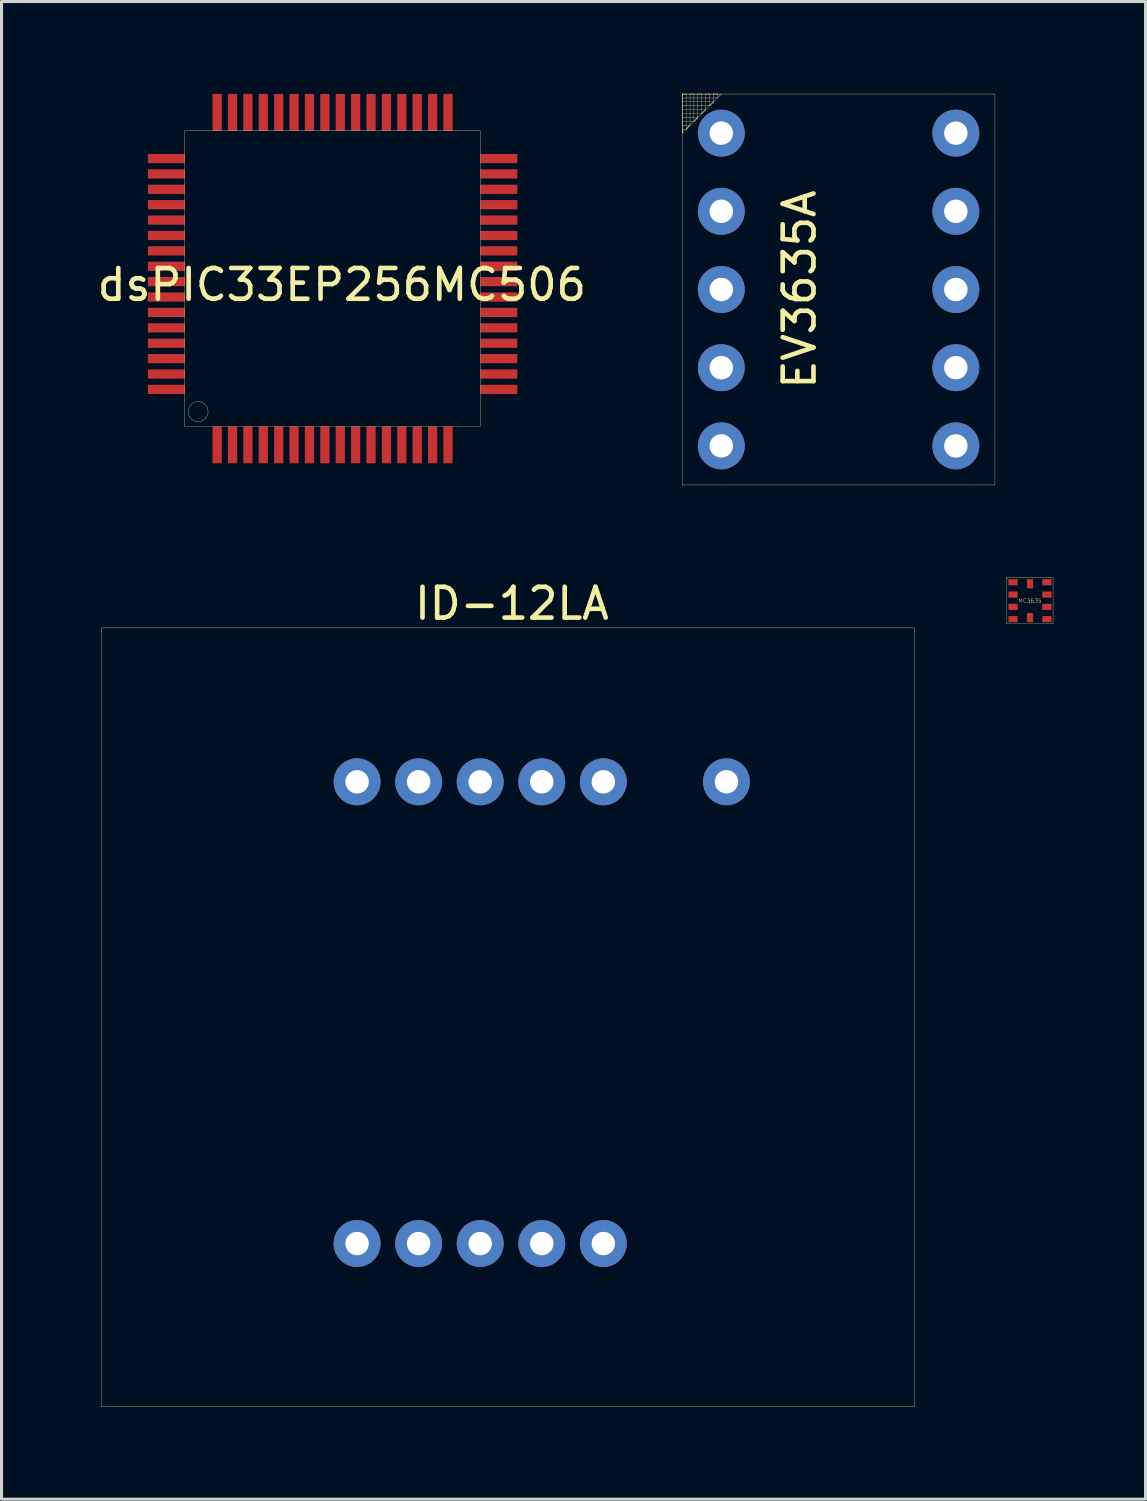
<source format=kicad_pcb>
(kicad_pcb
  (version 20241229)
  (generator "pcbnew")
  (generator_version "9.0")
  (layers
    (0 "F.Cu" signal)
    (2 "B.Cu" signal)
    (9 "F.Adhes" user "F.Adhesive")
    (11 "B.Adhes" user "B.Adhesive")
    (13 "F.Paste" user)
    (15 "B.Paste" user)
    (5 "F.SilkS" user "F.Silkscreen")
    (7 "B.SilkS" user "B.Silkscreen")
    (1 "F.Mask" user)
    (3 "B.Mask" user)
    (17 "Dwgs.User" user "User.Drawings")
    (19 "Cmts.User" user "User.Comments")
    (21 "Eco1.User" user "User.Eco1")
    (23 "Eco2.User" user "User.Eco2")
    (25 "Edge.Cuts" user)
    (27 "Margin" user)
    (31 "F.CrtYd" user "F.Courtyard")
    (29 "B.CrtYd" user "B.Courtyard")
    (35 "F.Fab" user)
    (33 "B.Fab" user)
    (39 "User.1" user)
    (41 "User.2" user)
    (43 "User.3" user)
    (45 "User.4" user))
  (footprint "dsPIC33EP256MC506"
    (layer "F.Cu")
    (at 1.754 12)
    (property "Reference" "dsPIC33EP256MC506" (at 6.3 -5.8 0) (layer "F.SilkS") (effects (font (size 1 1) (thickness 0.15))))
    (attr through_hole)
    (fp_line (start 1.2 -10.8) (end 1.2 -1.2) (stroke (width 0.01) (type solid)) (layer "F.SilkS"))
    (fp_line (start 1.2 -1.2) (end 10.8 -1.2) (stroke (width 0.01) (type solid)) (layer "F.SilkS"))
    (fp_line (start 10.8 -10.8) (end 1.2 -10.8) (stroke (width 0.01) (type solid)) (layer "F.SilkS"))
    (fp_line (start 10.8 -1.2) (end 10.8 -10.8) (stroke (width 0.01) (type solid)) (layer "F.SilkS"))
    (fp_circle (center 1.63 -1.68) (end 1.85 -1.92) (stroke (width 0.01) (type solid)) (fill no) (layer "F.SilkS"))
    (pad "1" smd rect (at 2.25 -0.6) (size 0.3 1.2) (layers "F.Cu" "F.Mask" "F.Paste"))
    (pad "2" smd rect (at 2.75 -0.6) (size 0.3 1.2) (layers "F.Cu" "F.Mask" "F.Paste"))
    (pad "3" smd rect (at 3.25 -0.6) (size 0.3 1.2) (layers "F.Cu" "F.Mask" "F.Paste"))
    (pad "4" smd rect (at 3.75 -0.6) (size 0.3 1.2) (layers "F.Cu" "F.Mask" "F.Paste"))
    (pad "5" smd rect (at 4.25 -0.6) (size 0.3 1.2) (layers "F.Cu" "F.Mask" "F.Paste"))
    (pad "6" smd rect (at 4.75 -0.6) (size 0.3 1.2) (layers "F.Cu" "F.Mask" "F.Paste"))
    (pad "7" smd rect (at 5.25 -0.6) (size 0.3 1.2) (layers "F.Cu" "F.Mask" "F.Paste"))
    (pad "8" smd rect (at 5.75 -0.6) (size 0.3 1.2) (layers "F.Cu" "F.Mask" "F.Paste"))
    (pad "9" smd rect (at 6.25 -0.6) (size 0.3 1.2) (layers "F.Cu" "F.Mask" "F.Paste"))
    (pad "10" smd rect (at 6.75 -0.6) (size 0.3 1.2) (layers "F.Cu" "F.Mask" "F.Paste"))
    (pad "11" smd rect (at 7.25 -0.6) (size 0.3 1.2) (layers "F.Cu" "F.Mask" "F.Paste"))
    (pad "12" smd rect (at 7.75 -0.6) (size 0.3 1.2) (layers "F.Cu" "F.Mask" "F.Paste"))
    (pad "13" smd rect (at 8.25 -0.6) (size 0.3 1.2) (layers "F.Cu" "F.Mask" "F.Paste"))
    (pad "14" smd rect (at 8.75 -0.6) (size 0.3 1.2) (layers "F.Cu" "F.Mask" "F.Paste"))
    (pad "15" smd rect (at 9.25 -0.6) (size 0.3 1.2) (layers "F.Cu" "F.Mask" "F.Paste"))
    (pad "16" smd rect (at 9.75 -0.6) (size 0.3 1.2) (layers "F.Cu" "F.Mask" "F.Paste"))
    (pad "17" smd rect (at 11.4 -2.4) (size 1.2 0.3) (layers "F.Cu" "F.Mask" "F.Paste"))
    (pad "18" smd rect (at 11.4 -2.9) (size 1.2 0.3) (layers "F.Cu" "F.Mask" "F.Paste"))
    (pad "19" smd rect (at 11.4 -3.4) (size 1.2 0.3) (layers "F.Cu" "F.Mask" "F.Paste"))
    (pad "20" smd rect (at 11.4 -3.9) (size 1.2 0.3) (layers "F.Cu" "F.Mask" "F.Paste"))
    (pad "21" smd rect (at 11.4 -4.4) (size 1.2 0.3) (layers "F.Cu" "F.Mask" "F.Paste"))
    (pad "22" smd rect (at 11.4 -4.9) (size 1.2 0.3) (layers "F.Cu" "F.Mask" "F.Paste"))
    (pad "23" smd rect (at 11.4 -5.4) (size 1.2 0.3) (layers "F.Cu" "F.Mask" "F.Paste"))
    (pad "24" smd rect (at 11.4 -5.9) (size 1.2 0.3) (layers "F.Cu" "F.Mask" "F.Paste"))
    (pad "25" smd rect (at 11.4 -6.4) (size 1.2 0.3) (layers "F.Cu" "F.Mask" "F.Paste"))
    (pad "26" smd rect (at 11.4 -6.9) (size 1.2 0.3) (layers "F.Cu" "F.Mask" "F.Paste"))
    (pad "27" smd rect (at 11.4 -7.4) (size 1.2 0.3) (layers "F.Cu" "F.Mask" "F.Paste"))
    (pad "28" smd rect (at 11.4 -7.9) (size 1.2 0.3) (layers "F.Cu" "F.Mask" "F.Paste"))
    (pad "29" smd rect (at 11.4 -8.4) (size 1.2 0.3) (layers "F.Cu" "F.Mask" "F.Paste"))
    (pad "30" smd rect (at 11.4 -8.9) (size 1.2 0.3) (layers "F.Cu" "F.Mask" "F.Paste"))
    (pad "31" smd rect (at 11.4 -9.4) (size 1.2 0.3) (layers "F.Cu" "F.Mask" "F.Paste"))
    (pad "32" smd rect (at 11.4 -9.9) (size 1.2 0.3) (layers "F.Cu" "F.Mask" "F.Paste"))
    (pad "33" smd rect (at 9.75 -11.4) (size 0.3 1.2) (layers "F.Cu" "F.Mask" "F.Paste"))
    (pad "34" smd rect (at 9.25 -11.4) (size 0.3 1.2) (layers "F.Cu" "F.Mask" "F.Paste"))
    (pad "35" smd rect (at 8.75 -11.4) (size 0.3 1.2) (layers "F.Cu" "F.Mask" "F.Paste"))
    (pad "36" smd rect (at 8.25 -11.4) (size 0.3 1.2) (layers "F.Cu" "F.Mask" "F.Paste"))
    (pad "37" smd rect (at 7.75 -11.4) (size 0.3 1.2) (layers "F.Cu" "F.Mask" "F.Paste"))
    (pad "38" smd rect (at 7.25 -11.4) (size 0.3 1.2) (layers "F.Cu" "F.Mask" "F.Paste"))
    (pad "39" smd rect (at 6.75 -11.4) (size 0.3 1.2) (layers "F.Cu" "F.Mask" "F.Paste"))
    (pad "40" smd rect (at 6.25 -11.4) (size 0.3 1.2) (layers "F.Cu" "F.Mask" "F.Paste"))
    (pad "41" smd rect (at 5.75 -11.4) (size 0.3 1.2) (layers "F.Cu" "F.Mask" "F.Paste"))
    (pad "42" smd rect (at 5.25 -11.4) (size 0.3 1.2) (layers "F.Cu" "F.Mask" "F.Paste"))
    (pad "43" smd rect (at 4.75 -11.4) (size 0.3 1.2) (layers "F.Cu" "F.Mask" "F.Paste"))
    (pad "44" smd rect (at 4.25 -11.4) (size 0.3 1.2) (layers "F.Cu" "F.Mask" "F.Paste"))
    (pad "45" smd rect (at 3.75 -11.4) (size 0.3 1.2) (layers "F.Cu" "F.Mask" "F.Paste"))
    (pad "46" smd rect (at 3.25 -11.4) (size 0.3 1.2) (layers "F.Cu" "F.Mask" "F.Paste"))
    (pad "47" smd rect (at 2.75 -11.4) (size 0.3 1.2) (layers "F.Cu" "F.Mask" "F.Paste"))
    (pad "48" smd rect (at 2.25 -11.4) (size 0.3 1.2) (layers "F.Cu" "F.Mask" "F.Paste"))
    (pad "49" smd rect (at 0.6 -9.9) (size 1.2 0.3) (layers "F.Cu" "F.Mask" "F.Paste"))
    (pad "50" smd rect (at 0.6 -9.4) (size 1.2 0.3) (layers "F.Cu" "F.Mask" "F.Paste"))
    (pad "51" smd rect (at 0.6 -8.9) (size 1.2 0.3) (layers "F.Cu" "F.Mask" "F.Paste"))
    (pad "52" smd rect (at 0.6 -8.4) (size 1.2 0.3) (layers "F.Cu" "F.Mask" "F.Paste"))
    (pad "53" smd rect (at 0.6 -7.9) (size 1.2 0.3) (layers "F.Cu" "F.Mask" "F.Paste"))
    (pad "54" smd rect (at 0.6 -7.4) (size 1.2 0.3) (layers "F.Cu" "F.Mask" "F.Paste"))
    (pad "55" smd rect (at 0.6 -6.9) (size 1.2 0.3) (layers "F.Cu" "F.Mask" "F.Paste"))
    (pad "56" smd rect (at 0.6 -6.4) (size 1.2 0.3) (layers "F.Cu" "F.Mask" "F.Paste"))
    (pad "57" smd rect (at 0.6 -5.9) (size 1.2 0.3) (layers "F.Cu" "F.Mask" "F.Paste"))
    (pad "58" smd rect (at 0.6 -5.4) (size 1.2 0.3) (layers "F.Cu" "F.Mask" "F.Paste"))
    (pad "59" smd rect (at 0.6 -4.9) (size 1.2 0.3) (layers "F.Cu" "F.Mask" "F.Paste"))
    (pad "60" smd rect (at 0.6 -4.4) (size 1.2 0.3) (layers "F.Cu" "F.Mask" "F.Paste"))
    (pad "61" smd rect (at 0.6 -3.9) (size 1.2 0.3) (layers "F.Cu" "F.Mask" "F.Paste"))
    (pad "62" smd rect (at 0.6 -3.4) (size 1.2 0.3) (layers "F.Cu" "F.Mask" "F.Paste"))
    (pad "63" smd rect (at 0.6 -2.9) (size 1.2 0.3) (layers "F.Cu" "F.Mask" "F.Paste"))
    (pad "64" smd rect (at 0.6 -2.4) (size 1.2 0.3) (layers "F.Cu" "F.Mask" "F.Paste")))
  (footprint "EV3635A"
    (layer "F.Cu")
    (at 25.462 6.355)
    (property "Reference" "EV3635A" (at -2.54 0 90) (layer "F.SilkS") (effects (font (size 1 1) (thickness 0.15))))
    (attr through_hole)
    (fp_line (start -6.35 -6.35) (end -6.35 6.35) (stroke (width 0.01) (type solid)) (layer "F.SilkS"))
    (fp_line (start -6.35 -6.35) (end -6.223 -6.35) (stroke (width 0.01) (type solid)) (layer "F.SilkS"))
    (fp_line (start -6.35 -6.35) (end -5.08 -6.35) (stroke (width 0.01) (type solid)) (layer "F.SilkS"))
    (fp_line (start -6.35 -6.223) (end -6.35 -6.096) (stroke (width 0.01) (type solid)) (layer "F.SilkS"))
    (fp_line (start -6.35 -6.096) (end -5.334 -6.096) (stroke (width 0.01) (type solid)) (layer "F.SilkS"))
    (fp_line (start -6.35 -5.969) (end -6.35 -5.842) (stroke (width 0.01) (type solid)) (layer "F.SilkS"))
    (fp_line (start -6.35 -5.842) (end -5.588 -5.842) (stroke (width 0.01) (type solid)) (layer "F.SilkS"))
    (fp_line (start -6.35 -5.715) (end -6.35 -5.588) (stroke (width 0.01) (type solid)) (layer "F.SilkS"))
    (fp_line (start -6.35 -5.588) (end -5.842 -5.588) (stroke (width 0.01) (type solid)) (layer "F.SilkS"))
    (fp_line (start -6.35 -5.461) (end -6.35 -5.334) (stroke (width 0.01) (type solid)) (layer "F.SilkS"))
    (fp_line (start -6.35 -5.334) (end -6.096 -5.334) (stroke (width 0.01) (type solid)) (layer "F.SilkS"))
    (fp_line (start -6.35 -5.207) (end -6.35 -5.08) (stroke (width 0.01) (type solid)) (layer "F.SilkS"))
    (fp_line (start -6.35 -5.08) (end -6.35 -6.35) (stroke (width 0.01) (type solid)) (layer "F.SilkS"))
    (fp_line (start -6.35 -5.08) (end -6.35 -6.35) (stroke (width 0.01) (type solid)) (layer "F.SilkS"))
    (fp_line (start -6.35 6.35) (end 3.81 6.35) (stroke (width 0.01) (type solid)) (layer "F.SilkS"))
    (fp_line (start -6.223 -6.35) (end -6.223 -5.207) (stroke (width 0.01) (type solid)) (layer "F.SilkS"))
    (fp_line (start -6.223 -5.207) (end -6.35 -5.207) (stroke (width 0.01) (type solid)) (layer "F.SilkS"))
    (fp_line (start -6.223 -5.207) (end -6.096 -5.334) (stroke (width 0.01) (type solid)) (layer "F.SilkS"))
    (fp_line (start -6.096 -6.35) (end -5.969 -6.35) (stroke (width 0.01) (type solid)) (layer "F.SilkS"))
    (fp_line (start -6.096 -5.334) (end -6.223 -5.207) (stroke (width 0.01) (type solid)) (layer "F.SilkS"))
    (fp_line (start -6.096 -5.334) (end -6.096 -6.35) (stroke (width 0.01) (type solid)) (layer "F.SilkS"))
    (fp_line (start -5.969 -6.35) (end -5.969 -5.461) (stroke (width 0.01) (type solid)) (layer "F.SilkS"))
    (fp_line (start -5.969 -5.461) (end -6.35 -5.461) (stroke (width 0.01) (type solid)) (layer "F.SilkS"))
    (fp_line (start -5.969 -5.461) (end -5.842 -5.588) (stroke (width 0.01) (type solid)) (layer "F.SilkS"))
    (fp_line (start -5.842 -6.35) (end -5.715 -6.35) (stroke (width 0.01) (type solid)) (layer "F.SilkS"))
    (fp_line (start -5.842 -5.588) (end -5.969 -5.461) (stroke (width 0.01) (type solid)) (layer "F.SilkS"))
    (fp_line (start -5.842 -5.588) (end -5.842 -6.35) (stroke (width 0.01) (type solid)) (layer "F.SilkS"))
    (fp_line (start -5.715 -6.35) (end -5.715 -5.715) (stroke (width 0.01) (type solid)) (layer "F.SilkS"))
    (fp_line (start -5.715 -5.715) (end -6.35 -5.715) (stroke (width 0.01) (type solid)) (layer "F.SilkS"))
    (fp_line (start -5.715 -5.715) (end -5.588 -5.842) (stroke (width 0.01) (type solid)) (layer "F.SilkS"))
    (fp_line (start -5.588 -6.35) (end -5.461 -6.35) (stroke (width 0.01) (type solid)) (layer "F.SilkS"))
    (fp_line (start -5.588 -5.842) (end -5.715 -5.715) (stroke (width 0.01) (type solid)) (layer "F.SilkS"))
    (fp_line (start -5.588 -5.842) (end -5.588 -6.35) (stroke (width 0.01) (type solid)) (layer "F.SilkS"))
    (fp_line (start -5.461 -6.35) (end -5.461 -5.969) (stroke (width 0.01) (type solid)) (layer "F.SilkS"))
    (fp_line (start -5.461 -5.969) (end -6.35 -5.969) (stroke (width 0.01) (type solid)) (layer "F.SilkS"))
    (fp_line (start -5.461 -5.969) (end -5.334 -6.096) (stroke (width 0.01) (type solid)) (layer "F.SilkS"))
    (fp_line (start -5.334 -6.35) (end -5.207 -6.35) (stroke (width 0.01) (type solid)) (layer "F.SilkS"))
    (fp_line (start -5.334 -6.096) (end -5.461 -5.969) (stroke (width 0.01) (type solid)) (layer "F.SilkS"))
    (fp_line (start -5.334 -6.096) (end -5.334 -6.35) (stroke (width 0.01) (type solid)) (layer "F.SilkS"))
    (fp_line (start -5.207 -6.35) (end -5.207 -6.223) (stroke (width 0.01) (type solid)) (layer "F.SilkS"))
    (fp_line (start -5.207 -6.223) (end -6.35 -6.223) (stroke (width 0.01) (type solid)) (layer "F.SilkS"))
    (fp_line (start -5.08 -6.35) (end -6.35 -5.08) (stroke (width 0.01) (type solid)) (layer "F.SilkS"))
    (fp_line (start 3.81 -6.35) (end -6.35 -6.35) (stroke (width 0.01) (type solid)) (layer "F.SilkS"))
    (fp_line (start 3.81 6.35) (end 3.81 -6.35) (stroke (width 0.01) (type solid)) (layer "F.SilkS"))
    (pad "1" thru_hole circle (at -5.08 -5.08) (size 1.524 1.524) (drill 0.762) (layers "*.Cu" "*.Mask"))
    (pad "2" thru_hole circle (at -5.08 -2.54) (size 1.524 1.524) (drill 0.762) (layers "*.Cu" "*.Mask"))
    (pad "3" thru_hole circle (at -5.08 0) (size 1.524 1.524) (drill 0.762) (layers "*.Cu" "*.Mask"))
    (pad "4" thru_hole circle (at -5.08 2.54) (size 1.524 1.524) (drill 0.762) (layers "*.Cu" "*.Mask"))
    (pad "5" thru_hole circle (at -5.08 5.08) (size 1.524 1.524) (drill 0.762) (layers "*.Cu" "*.Mask"))
    (pad "6" thru_hole circle (at 2.54 5.08) (size 1.524 1.524) (drill 0.762) (layers "*.Cu" "*.Mask"))
    (pad "7" thru_hole circle (at 2.54 2.54) (size 1.524 1.524) (drill 0.762) (layers "*.Cu" "*.Mask"))
    (pad "8" thru_hole circle (at 2.54 0) (size 1.524 1.524) (drill 0.762) (layers "*.Cu" "*.Mask"))
    (pad "9" thru_hole circle (at 2.54 -2.54) (size 1.524 1.524) (drill 0.762) (layers "*.Cu" "*.Mask"))
    (pad "10" thru_hole circle (at 2.54 -5.08) (size 1.524 1.524) (drill 0.762) (layers "*.Cu" "*.Mask")))
  (footprint "MC3635"
    (layer "F.Cu")
    (at 30.41 16.465)
    (property "Reference" "MC3635" (at 0 0 0) (layer "F.SilkS") (effects (font (size 0.127 0.127) (thickness 0.01))))
    (attr through_hole)
    (fp_line (start -0.75 -0.75) (end -0.75 -0.7) (stroke (width 0.01) (type solid)) (layer "F.SilkS"))
    (fp_line (start -0.75 -0.75) (end 0.75 -0.75) (stroke (width 0.01) (type solid)) (layer "F.SilkS"))
    (fp_line (start -0.75 -0.7) (end -0.75 -0.75) (stroke (width 0.01) (type solid)) (layer "F.SilkS"))
    (fp_line (start -0.75 0.75) (end -0.75 -0.7) (stroke (width 0.01) (type solid)) (layer "F.SilkS"))
    (fp_line (start 0.75 -0.75) (end 0.75 0.75) (stroke (width 0.01) (type solid)) (layer "F.SilkS"))
    (fp_line (start 0.75 0.75) (end -0.75 0.75) (stroke (width 0.01) (type solid)) (layer "F.SilkS"))
    (pad "1" smd rect (at -0.55 0.6) (size 0.3 0.2) (layers "F.Cu" "F.Mask" "F.Paste"))
    (pad "2" smd rect (at -0.55 0.2) (size 0.3 0.2) (layers "F.Cu" "F.Mask" "F.Paste"))
    (pad "3" smd rect (at -0.55 -0.2) (size 0.3 0.2) (layers "F.Cu" "F.Mask" "F.Paste"))
    (pad "4" smd rect (at -0.55 -0.6) (size 0.3 0.2) (layers "F.Cu" "F.Mask" "F.Paste"))
    (pad "5" smd rect (at 0 -0.55) (size 0.2 0.3) (layers "F.Cu" "F.Mask" "F.Paste"))
    (pad "6" smd rect (at 0.55 -0.6) (size 0.3 0.2) (layers "F.Cu" "F.Mask" "F.Paste"))
    (pad "7" smd rect (at 0.55 -0.2) (size 0.3 0.2) (layers "F.Cu" "F.Mask" "F.Paste"))
    (pad "8" smd rect (at 0.55 0.2) (size 0.3 0.2) (layers "F.Cu" "F.Mask" "F.Paste"))
    (pad "9" smd rect (at 0.55 0.6) (size 0.3 0.2) (layers "F.Cu" "F.Mask" "F.Paste"))
    (pad "10" smd rect (at 0 0.55) (size 0.2 0.3) (layers "F.Cu" "F.Mask" "F.Paste")))
  (footprint "ID-12LA"
    (layer "F.Cu")
    (at 0.25 17.348)
    (property "Reference" "ID-12LA" (at 13.33 -0.79 0) (layer "F.SilkS") (effects (font (size 1 1) (thickness 0.15))))
    (attr through_hole)
    (fp_line (start 0 0) (end 0 25.3) (stroke (width 0.01) (type solid)) (layer "F.SilkS"))
    (fp_line (start 0 25.3) (end 26.4 25.3) (stroke (width 0.01) (type solid)) (layer "F.SilkS"))
    (fp_line (start 26.4 0) (end 0 0) (stroke (width 0.01) (type solid)) (layer "F.SilkS"))
    (fp_line (start 26.4 25.3) (end 26.4 0) (stroke (width 0.01) (type solid)) (layer "F.SilkS"))
    (pad "1" thru_hole circle (at 16.3 20) (size 1.524 1.524) (drill 0.762) (layers "*.Cu" "*.Mask"))
    (pad "2" thru_hole circle (at 14.3 20) (size 1.524 1.524) (drill 0.762) (layers "*.Cu" "*.Mask"))
    (pad "3" thru_hole circle (at 12.3 20) (size 1.524 1.524) (drill 0.762) (layers "*.Cu" "*.Mask"))
    (pad "4" thru_hole circle (at 10.3 20) (size 1.524 1.524) (drill 0.762) (layers "*.Cu" "*.Mask"))
    (pad "5" thru_hole circle (at 8.3 20) (size 1.524 1.524) (drill 0.762) (layers "*.Cu" "*.Mask"))
    (pad "6" thru_hole circle (at 8.3 5) (size 1.524 1.524) (drill 0.762) (layers "*.Cu" "*.Mask"))
    (pad "7" thru_hole circle (at 10.3 5) (size 1.524 1.524) (drill 0.762) (layers "*.Cu" "*.Mask"))
    (pad "8" thru_hole circle (at 12.3 5) (size 1.524 1.524) (drill 0.762) (layers "*.Cu" "*.Mask"))
    (pad "9" thru_hole circle (at 14.3 5) (size 1.524 1.524) (drill 0.762) (layers "*.Cu" "*.Mask"))
    (pad "10" thru_hole circle (at 16.3 5) (size 1.524 1.524) (drill 0.762) (layers "*.Cu" "*.Mask"))
    (pad "11" thru_hole circle (at 20.3 5) (size 1.524 1.524) (drill 0.762) (layers "*.Cu" "*.Mask")))
  (gr_rect
    (start -3 -3)
    (end 34.165 45.653)
    (stroke (width 0.1) (type default))
    (fill no)
    (layer "Edge.Cuts")))
</source>
